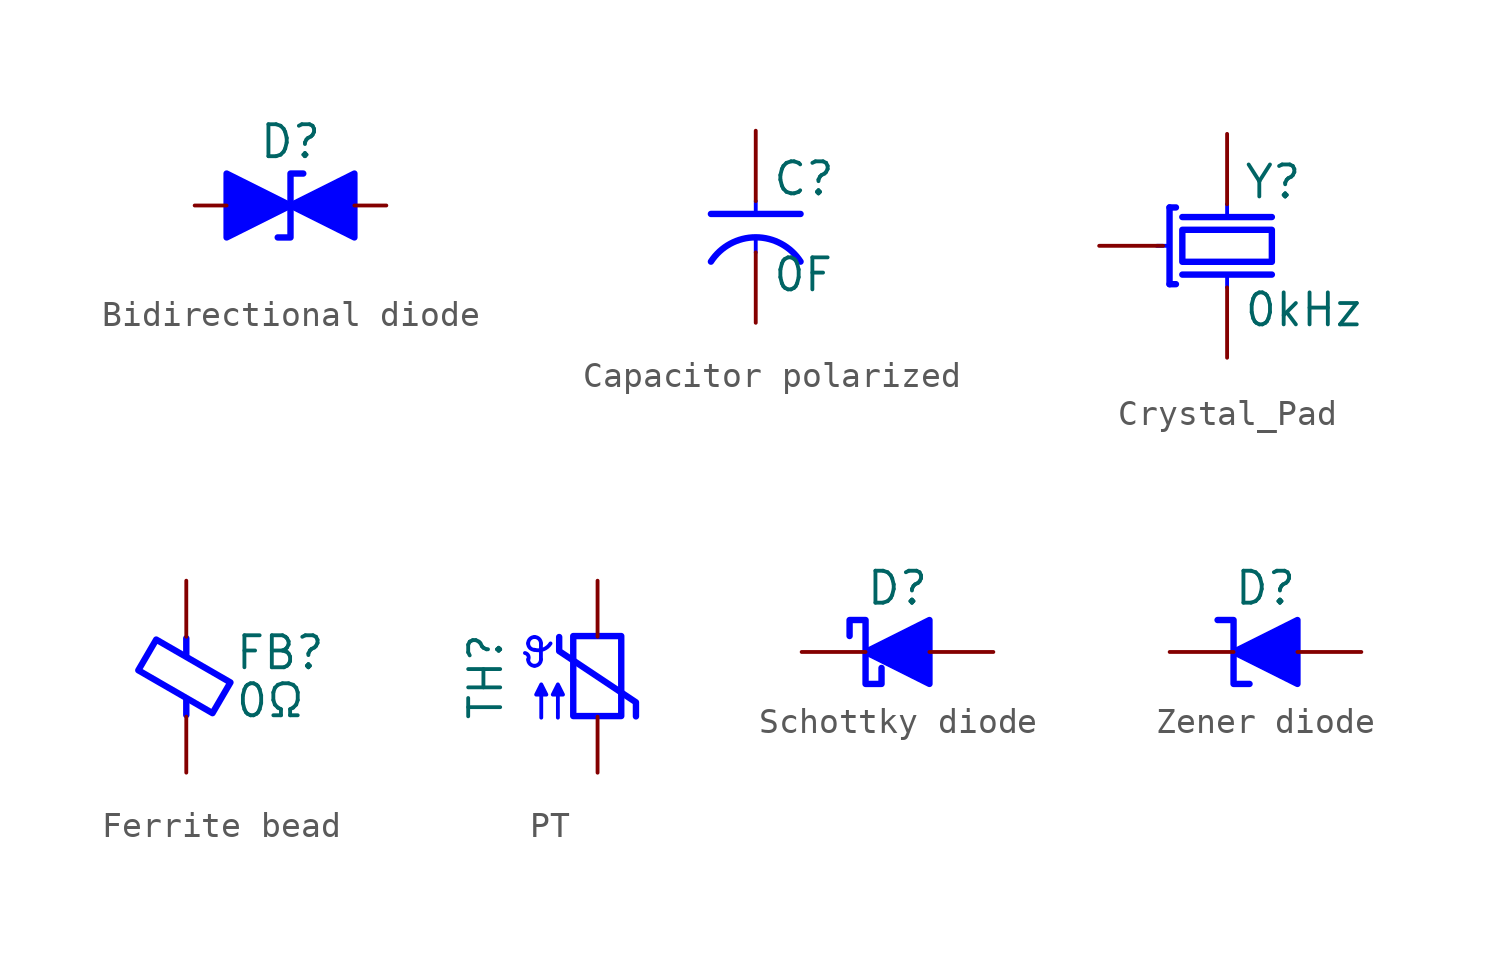
<source format=kicad_sym>
(kicad_symbol_lib
  (version 20241209)
  (generator "kicad_symbol_editor")
  (generator_version "9.0")
  (symbol "Bidirectional diode"
    (pin_numbers
      (hide yes))
    (pin_names
      (offset 1.016)
      (hide yes))
    (property "Reference" "D"
      (at 0 2.54 0)
      (effects (font (size 1.27 1.27))))
    (property "Value" ""
      (at 0 -2.54 0)
      (effects (font (size 1.27 1.27))))
    (symbol "Bidirectional diode_0_1"
      (polyline (pts (xy -2.54 -1.27) (xy 0 0) (xy -2.54 1.27) (xy -2.54 -1.27)) (stroke (width 0.254) (type default) (color 0 0 255 1)) (fill (type color) (color 0 0 255 1)))
      (polyline (pts (xy 0.508 1.27) (xy 0 1.27) (xy 0 -1.27) (xy -0.508 -1.27)) (stroke (width 0.254) (type default) (color 0 0 255 1)) (fill (type none)))
      (polyline (pts (xy 2.54 1.27) (xy 2.54 -1.27) (xy 0 0) (xy 2.54 1.27)) (stroke (width 0.254) (type default) (color 0 0 255 1)) (fill (type color) (color 0 0 255 1)))
      (polyline (pts (xy 2.54 0) (xy -2.54 0)) (stroke (width 0.254) (type default) (color 0 0 255 1)) (fill (type none))))
    (symbol "Bidirectional diode_1_1"
      (pin passive line (at -3.81 0 0) (length 1.27) (name "A1" (effects (font (size 1.27 1.27)))) (number "1" (effects (font (size 1.27 1.27)))))
      (pin passive line (at 3.81 0 180) (length 1.27) (name "A2" (effects (font (size 1.27 1.27)))) (number "2" (effects (font (size 1.27 1.27)))))))
  (symbol "Capacitor polarized"
    (pin_numbers
      (hide yes))
    (pin_names
      (offset 0.254))
    (property "Reference" "C"
      (at 0.635 1.905 0)
      (do_not_autoplace)
      (effects (font (size 1.27 1.27)) (justify left)))
    (property "Value" "0F"
      (at 0.635 -1.905 0)
      (do_not_autoplace)
      (effects (font (size 1.27 1.27)) (justify left)))
    (symbol "Capacitor polarized_0_1"
      (arc (start -1.778 -1.384) (mid 0 -0.4192) (end 1.778 -1.384) (stroke (width 0.254) (type default) (color 0 0 255 1)) (fill (type none))))
    (symbol "Capacitor polarized_1_1"
      (polyline (pts (xy -1.778 0.508) (xy 1.778 0.508)) (stroke (width 0.254) (type default) (color 0 0 255 1)) (fill (type none)))
      (polyline (pts (xy 0 1.016) (xy 0 0.508)) (stroke (width 0) (type default) (color 0 0 255 1)) (fill (type none)))
      (polyline (pts (xy 0 -0.508) (xy 0 -1.016)) (stroke (width 0) (type default) (color 0 0 255 1)) (fill (type none)))
      (pin passive line (at 0 3.81 270) (length 2.794) (name "~" (effects (font (size 1.27 1.27)))) (number "1" (effects (font (size 1.27 1.27)))))
      (pin passive line (at 0 -3.81 90) (length 2.794) (name "~" (effects (font (size 1.27 1.27)))) (number "2" (effects (font (size 1.27 1.27)))))))
  (symbol "Crystal_Pad"
    (pin_numbers
      (hide yes))
    (pin_names
      (offset 0.254))
    (property "Reference" "Y"
      (at 0.635 2.54 0)
      (do_not_autoplace)
      (effects (font (size 1.27 1.27)) (justify left)))
    (property "Value" "0kHz"
      (at 0.635 -2.54 0)
      (do_not_autoplace)
      (effects (font (size 1.27 1.27)) (justify left)))
    (symbol "Crystal_Pad_0_1"
      (rectangle (start -1.778 0.635) (end 1.778 -0.635) (stroke (width 0.254) (type default) (color 0 0 255 1)) (fill (type none))))
    (symbol "Crystal_Pad_1_1"
      (polyline (pts (xy -2.794 0) (xy -2.286 0)) (stroke (width 0) (type default) (color 0 0 255 1)) (fill (type none)))
      (polyline (pts (xy -2.286 1.524) (xy -2.032 1.524)) (stroke (width 0.254) (type default) (color 0 0 255 1)) (fill (type none)))
      (polyline (pts (xy -2.286 -1.524) (xy -2.286 1.524)) (stroke (width 0.254) (type default) (color 0 0 255 1)) (fill (type none)))
      (polyline (pts (xy -2.286 -1.524) (xy -2.032 -1.524)) (stroke (width 0.254) (type default) (color 0 0 255 1)) (fill (type none)))
      (polyline (pts (xy -1.778 1.143) (xy 1.778 1.143)) (stroke (width 0.254) (type default) (color 0 0 255 1)) (fill (type none)))
      (polyline (pts (xy -1.778 -1.143) (xy 1.778 -1.143)) (stroke (width 0.254) (type default) (color 0 0 255 1)) (fill (type none)))
      (polyline (pts (xy 0 1.651) (xy 0 1.143)) (stroke (width 0) (type default) (color 0 0 255 1)) (fill (type none)))
      (polyline (pts (xy 0 -1.143) (xy 0 -1.651)) (stroke (width 0) (type default) (color 0 0 255 1)) (fill (type none)))
      (pin passive line (at -5.08 0 0) (length 2.54) (name "~" (effects (font (size 1.27 1.27)))) (number "2" (effects (font (size 1.27 1.27)))))
      (pin passive line (at 0 4.445 270) (length 2.794) (name "~" (effects (font (size 1.27 1.27)))) (number "3" (effects (font (size 1.27 1.27)))))
      (pin passive line (at 0 -4.445 90) (length 2.794) (name "~" (effects (font (size 1.27 1.27)))) (number "1" (effects (font (size 1.27 1.27)))))))
  (symbol "Ferrite bead"
    (pin_numbers
      (hide yes))
    (pin_names
      (offset 0))
    (property "Reference" "FB"
      (at 1.905 0.953 0)
      (do_not_autoplace)
      (effects (font (size 1.27 1.27)) (justify left)))
    (property "Value" "0Ω"
      (at 1.905 -0.953 0)
      (do_not_autoplace)
      (effects (font (size 1.27 1.27)) (justify left)))
    (symbol "Ferrite bead_1_1"
      (polyline (pts (xy -1.905 0.254) (xy -1.194 1.473) (xy 1.753 -0.229) (xy 1.041 -1.448) (xy -1.905 0.254)) (stroke (width 0.254) (type default) (color 0 0 255 1)) (fill (type none)))
      (polyline (pts (xy 0 1.524) (xy 0 0.889)) (stroke (width 0.254) (type default) (color 0 0 255 1)) (fill (type none)))
      (polyline (pts (xy 0 -1.524) (xy 0 -0.889)) (stroke (width 0.254) (type default) (color 0 0 255 1)) (fill (type none)))
      (pin passive line (at 0 3.81 270) (length 2.223) (name "~" (effects (font (size 1.27 1.27)))) (number "1" (effects (font (size 1.27 1.27)))))
      (pin passive line (at 0 -3.81 90) (length 2.223) (name "~" (effects (font (size 1.27 1.27)))) (number "2" (effects (font (size 1.27 1.27)))))))
  (symbol "PT"
    (pin_numbers
      (hide yes))
    (pin_names
      (offset 0))
    (property "Reference" "TH"
      (at -4.445 0 90)
      (effects (font (size 1.27 1.27))))
    (symbol "PT_1_1"
      (arc (start -2.8826 0.9399) (mid -2.7581 0.8434) (end -2.7556 0.6859) (stroke (width 0) (type default) (color 0 0 255 1)) (fill (type none)))
      (arc (start -2.7556 1.3209) (mid -2.6812 1.5005) (end -2.5016 1.5749) (stroke (width 0) (type default) (color 0 0 255 1)) (fill (type none)))
      (arc (start -2.5016 1.5749) (mid -2.322 1.5005) (end -2.2476 1.3209) (stroke (width 0) (type default) (color 0 0 255 1)) (fill (type none)))
      (arc (start -2.5016 1.0669) (mid -2.6812 1.1413) (end -2.7556 1.3209) (stroke (width 0) (type default) (color 0 0 255 1)) (fill (type none)))
      (arc (start -2.5016 0.4319) (mid -2.6812 0.5063) (end -2.7556 0.6859) (stroke (width 0) (type default) (color 0 0 255 1)) (fill (type none)))
      (arc (start -2.2476 0.6859) (mid -2.322 0.5063) (end -2.5016 0.4319) (stroke (width 0) (type default) (color 0 0 255 1)) (fill (type none)))
      (arc (start -1.8666 1.3209) (mid -2.1416 1.0877) (end -2.5016 1.0669) (stroke (width 0) (type default) (color 0 0 255 1)) (fill (type none)))
      (polyline (pts (xy -2.248 0.686) (xy -2.248 1.321)) (stroke (width 0) (type default) (color 0 0 255 1)) (fill (type none)))
      (polyline (pts (xy -2.235 -1.626) (xy -2.235 -0.305) (xy -2.438 -0.711) (xy -2.032 -0.711) (xy -2.235 -0.305) (xy -2.235 -0.305)) (stroke (width 0) (type default) (color 0 0 255 1)) (fill (type color) (color 0 0 255 1)))
      (polyline (pts (xy -1.575 -1.626) (xy -1.575 -0.305) (xy -1.778 -0.711) (xy -1.372 -0.711) (xy -1.575 -0.305) (xy -1.575 -0.305)) (stroke (width 0) (type default) (color 0 0 255 1)) (fill (type color) (color 0 0 255 1)))
      (polyline (pts (xy -1.524 1.575) (xy -1.524 1.016) (xy 1.524 -1.016) (xy 1.524 -1.575)) (stroke (width 0.254) (type default) (color 0 0 255 1)) (fill (type none)))
      (rectangle (start -0.965 1.613) (end 0.94 -1.562) (stroke (width 0.254) (type default) (color 0 0 255 1)) (fill (type none)))
      (pin passive line (at 0 3.81 270) (length 2.223) (name "~" (effects (font (size 1.27 1.27)))) (number "1" (effects (font (size 1.27 1.27)))))
      (pin passive line (at 0 -3.81 90) (length 2.223) (name "~" (effects (font (size 1.27 1.27)))) (number "2" (effects (font (size 1.27 1.27)))))))
  (symbol "Schottky diode"
    (pin_numbers
      (hide yes))
    (pin_names
      (offset 1.016)
      (hide yes))
    (property "Reference" "D"
      (at 0 2.54 0)
      (effects (font (size 1.27 1.27))))
    (symbol "Schottky diode_0_1"
      (polyline (pts (xy -1.905 0.635) (xy -1.905 1.27) (xy -1.27 1.27) (xy -1.27 -1.27) (xy -0.635 -1.27) (xy -0.635 -0.635)) (stroke (width 0.254) (type default) (color 0 0 255 1)) (fill (type none)))
      (polyline (pts (xy 1.27 1.27) (xy 1.27 -1.27) (xy -1.27 0) (xy 1.27 1.27)) (stroke (width 0.254) (type default) (color 0 0 255 1)) (fill (type outline)))
      (polyline (pts (xy 1.27 0) (xy -1.27 0)) (stroke (width 0) (type default) (color 0 0 255 1)) (fill (type none))))
    (symbol "Schottky diode_1_1"
      (pin passive line (at -3.81 0 0) (length 2.54) (name "K" (effects (font (size 1.27 1.27)))) (number "1" (effects (font (size 1.27 1.27)))))
      (pin passive line (at 3.81 0 180) (length 2.54) (name "A" (effects (font (size 1.27 1.27)))) (number "2" (effects (font (size 1.27 1.27)))))))
  (symbol "Zener diode"
    (pin_numbers
      (hide yes))
    (pin_names
      (offset 1.016)
      (hide yes))
    (property "Reference" "D"
      (at 0 2.54 0)
      (effects (font (size 1.27 1.27))))
    (symbol "Zener diode_0_1"
      (polyline (pts (xy -1.27 1.27) (xy -1.905 1.27) (xy -1.27 1.27) (xy -1.27 -1.27) (xy -0.635 -1.27) (xy -1.27 -1.27)) (stroke (width 0.254) (type default) (color 0 0 255 1)) (fill (type none)))
      (polyline (pts (xy 1.27 1.27) (xy 1.27 -1.27) (xy -1.27 0) (xy 1.27 1.27)) (stroke (width 0.254) (type default) (color 0 0 255 1)) (fill (type outline)))
      (polyline (pts (xy 1.27 0) (xy -1.27 0)) (stroke (width 0) (type default) (color 0 0 255 1)) (fill (type none))))
    (symbol "Zener diode_1_1"
      (pin passive line (at -3.81 0 0) (length 2.54) (name "K" (effects (font (size 1.27 1.27)))) (number "1" (effects (font (size 1.27 1.27)))))
      (pin passive line (at 3.81 0 180) (length 2.54) (name "A" (effects (font (size 1.27 1.27)))) (number "2" (effects (font (size 1.27 1.27))))))))
</source>
